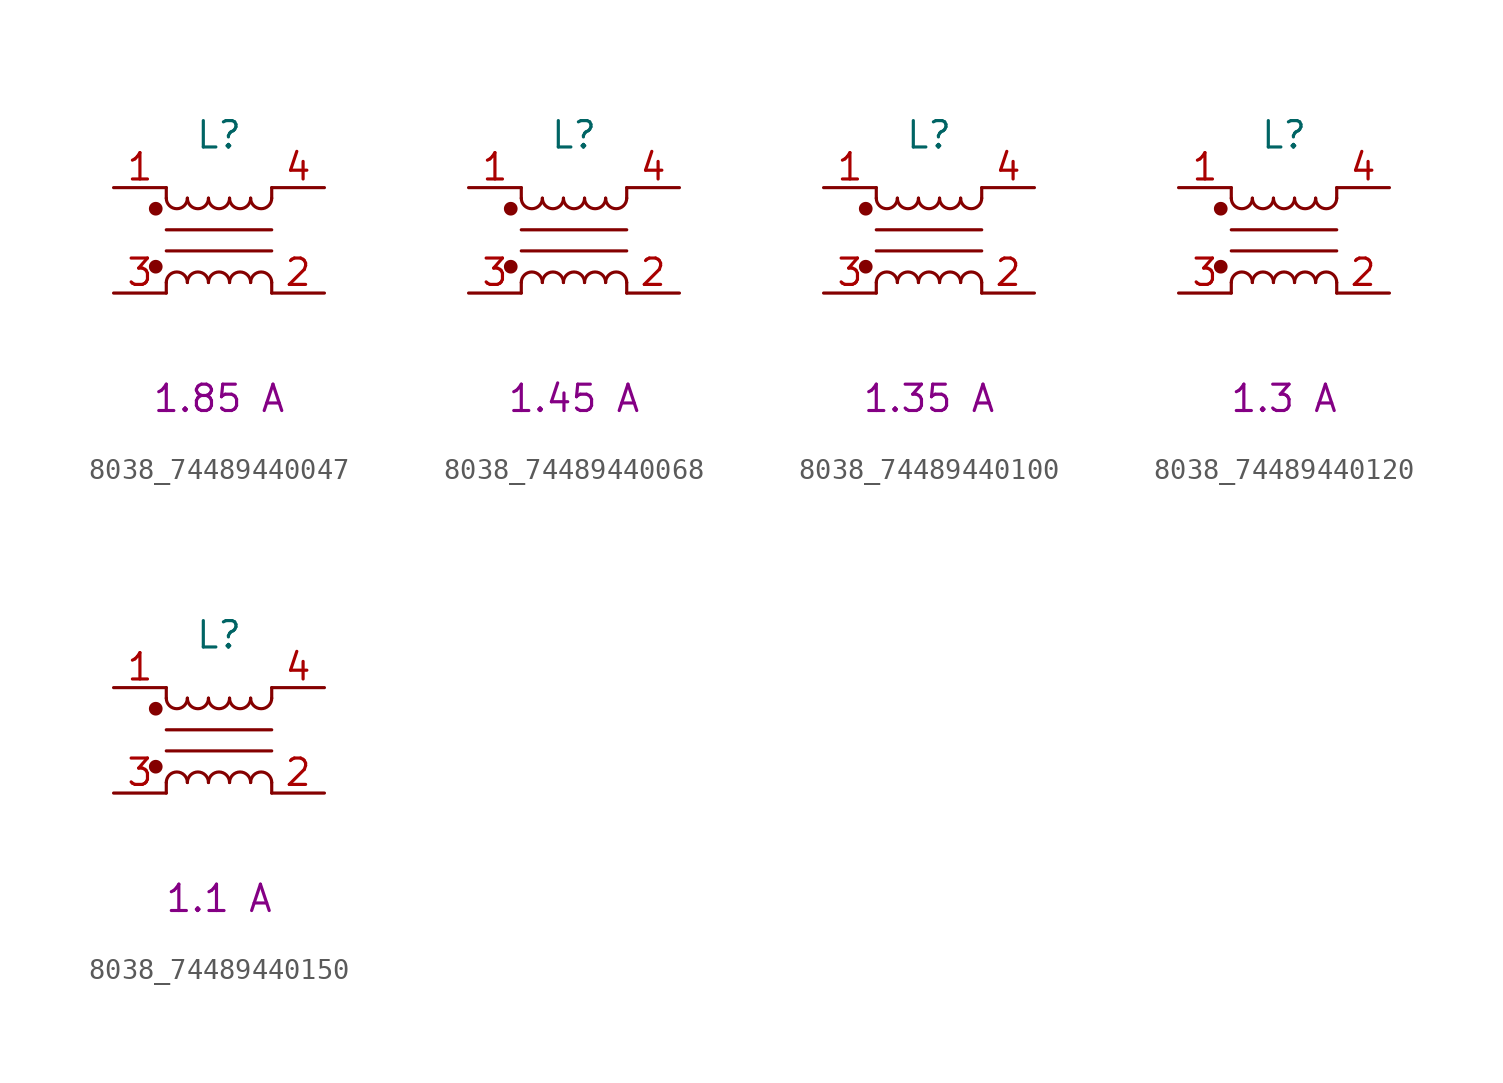
<source format=kicad_sym>
(kicad_symbol_lib
  (version 20220914)
  (generator kicad_symbol_editor)
  (symbol "8038_74489440047"
    (pin_names hide)
    (property "Reference" "L"
      (at 0 5.08 0)
      (effects (font (size 1.27 1.27))))
    (property "Critical Parameter" "1.85 A"
      (at 0 -7.62 0)
      (effects (font (size 1.27 1.27))))
    (symbol "8038_74489440047_0_1"
      (circle (center -3.048 -1.27) (radius 0.254) (stroke (width 0) (type default)) (fill (type outline)))
      (circle (center -3.048 1.524) (radius 0.254) (stroke (width 0) (type default)) (fill (type outline)))
      (arc (start -2.54 2.032) (mid -2.032 1.5262) (end -1.524 2.032) (stroke (width 0) (type default)) (fill (type none)))
      (arc (start -1.524 -2.032) (mid -2.032 -1.5262) (end -2.54 -2.032) (stroke (width 0) (type default)) (fill (type none)))
      (arc (start -1.524 2.032) (mid -1.016 1.5262) (end -0.508 2.032) (stroke (width 0) (type default)) (fill (type none)))
      (arc (start -0.508 -2.032) (mid -1.016 -1.5262) (end -1.524 -2.032) (stroke (width 0) (type default)) (fill (type none)))
      (arc (start -0.508 2.032) (mid 0 1.5262) (end 0.508 2.032) (stroke (width 0) (type default)) (fill (type none)))
      (polyline (pts (xy -2.54 -2.032) (xy -2.54 -2.54)) (stroke (width 0) (type default)) (fill (type none)))
      (polyline (pts (xy -2.54 0.508) (xy 2.54 0.508)) (stroke (width 0) (type default)) (fill (type none)))
      (polyline (pts (xy -2.54 2.032) (xy -2.54 2.54)) (stroke (width 0) (type default)) (fill (type none)))
      (polyline (pts (xy 2.54 -2.032) (xy 2.54 -2.54)) (stroke (width 0) (type default)) (fill (type none)))
      (polyline (pts (xy 2.54 -0.508) (xy -2.54 -0.508)) (stroke (width 0) (type default)) (fill (type none)))
      (polyline (pts (xy 2.54 2.54) (xy 2.54 2.032)) (stroke (width 0) (type default)) (fill (type none)))
      (arc (start 0.508 -2.032) (mid 0 -1.5262) (end -0.508 -2.032) (stroke (width 0) (type default)) (fill (type none)))
      (arc (start 0.508 2.032) (mid 1.016 1.5262) (end 1.524 2.032) (stroke (width 0) (type default)) (fill (type none)))
      (arc (start 1.524 -2.032) (mid 1.016 -1.5262) (end 0.508 -2.032) (stroke (width 0) (type default)) (fill (type none)))
      (arc (start 1.524 2.032) (mid 2.032 1.5262) (end 2.54 2.032) (stroke (width 0) (type default)) (fill (type none)))
      (arc (start 2.54 -2.032) (mid 2.032 -1.5262) (end 1.524 -2.032) (stroke (width 0) (type default)) (fill (type none))))
    (symbol "8038_74489440047_1_1"
      (pin passive line (at -5.08 2.54 0) (length 2.54) (name "1" (effects (font (size 1.27 1.27)))) (number "1" (effects (font (size 1.27 1.27)))))
      (pin passive line (at 5.08 -2.54 180) (length 2.54) (name "2" (effects (font (size 1.27 1.27)))) (number "2" (effects (font (size 1.27 1.27)))))
      (pin passive line (at -5.08 -2.54 0) (length 2.54) (name "3" (effects (font (size 1.27 1.27)))) (number "3" (effects (font (size 1.27 1.27)))))
      (pin passive line (at 5.08 2.54 180) (length 2.54) (name "4" (effects (font (size 1.27 1.27)))) (number "4" (effects (font (size 1.27 1.27)))))))
  (symbol "8038_74489440068"
    (pin_names hide)
    (property "Reference" "L"
      (at 0 5.08 0)
      (effects (font (size 1.27 1.27))))
    (property "Critical Parameter" "1.45 A"
      (at 0 -7.62 0)
      (effects (font (size 1.27 1.27))))
    (symbol "8038_74489440068_0_1"
      (circle (center -3.048 -1.27) (radius 0.254) (stroke (width 0) (type default)) (fill (type outline)))
      (circle (center -3.048 1.524) (radius 0.254) (stroke (width 0) (type default)) (fill (type outline)))
      (arc (start -2.54 2.032) (mid -2.032 1.5262) (end -1.524 2.032) (stroke (width 0) (type default)) (fill (type none)))
      (arc (start -1.524 -2.032) (mid -2.032 -1.5262) (end -2.54 -2.032) (stroke (width 0) (type default)) (fill (type none)))
      (arc (start -1.524 2.032) (mid -1.016 1.5262) (end -0.508 2.032) (stroke (width 0) (type default)) (fill (type none)))
      (arc (start -0.508 -2.032) (mid -1.016 -1.5262) (end -1.524 -2.032) (stroke (width 0) (type default)) (fill (type none)))
      (arc (start -0.508 2.032) (mid 0 1.5262) (end 0.508 2.032) (stroke (width 0) (type default)) (fill (type none)))
      (polyline (pts (xy -2.54 -2.032) (xy -2.54 -2.54)) (stroke (width 0) (type default)) (fill (type none)))
      (polyline (pts (xy -2.54 0.508) (xy 2.54 0.508)) (stroke (width 0) (type default)) (fill (type none)))
      (polyline (pts (xy -2.54 2.032) (xy -2.54 2.54)) (stroke (width 0) (type default)) (fill (type none)))
      (polyline (pts (xy 2.54 -2.032) (xy 2.54 -2.54)) (stroke (width 0) (type default)) (fill (type none)))
      (polyline (pts (xy 2.54 -0.508) (xy -2.54 -0.508)) (stroke (width 0) (type default)) (fill (type none)))
      (polyline (pts (xy 2.54 2.54) (xy 2.54 2.032)) (stroke (width 0) (type default)) (fill (type none)))
      (arc (start 0.508 -2.032) (mid 0 -1.5262) (end -0.508 -2.032) (stroke (width 0) (type default)) (fill (type none)))
      (arc (start 0.508 2.032) (mid 1.016 1.5262) (end 1.524 2.032) (stroke (width 0) (type default)) (fill (type none)))
      (arc (start 1.524 -2.032) (mid 1.016 -1.5262) (end 0.508 -2.032) (stroke (width 0) (type default)) (fill (type none)))
      (arc (start 1.524 2.032) (mid 2.032 1.5262) (end 2.54 2.032) (stroke (width 0) (type default)) (fill (type none)))
      (arc (start 2.54 -2.032) (mid 2.032 -1.5262) (end 1.524 -2.032) (stroke (width 0) (type default)) (fill (type none))))
    (symbol "8038_74489440068_1_1"
      (pin passive line (at -5.08 2.54 0) (length 2.54) (name "1" (effects (font (size 1.27 1.27)))) (number "1" (effects (font (size 1.27 1.27)))))
      (pin passive line (at 5.08 -2.54 180) (length 2.54) (name "2" (effects (font (size 1.27 1.27)))) (number "2" (effects (font (size 1.27 1.27)))))
      (pin passive line (at -5.08 -2.54 0) (length 2.54) (name "3" (effects (font (size 1.27 1.27)))) (number "3" (effects (font (size 1.27 1.27)))))
      (pin passive line (at 5.08 2.54 180) (length 2.54) (name "4" (effects (font (size 1.27 1.27)))) (number "4" (effects (font (size 1.27 1.27)))))))
  (symbol "8038_74489440100"
    (pin_names hide)
    (property "Reference" "L"
      (at 0 5.08 0)
      (effects (font (size 1.27 1.27))))
    (property "Critical Parameter" "1.35 A"
      (at 0 -7.62 0)
      (effects (font (size 1.27 1.27))))
    (symbol "8038_74489440100_0_1"
      (circle (center -3.048 -1.27) (radius 0.254) (stroke (width 0) (type default)) (fill (type outline)))
      (circle (center -3.048 1.524) (radius 0.254) (stroke (width 0) (type default)) (fill (type outline)))
      (arc (start -2.54 2.032) (mid -2.032 1.5262) (end -1.524 2.032) (stroke (width 0) (type default)) (fill (type none)))
      (arc (start -1.524 -2.032) (mid -2.032 -1.5262) (end -2.54 -2.032) (stroke (width 0) (type default)) (fill (type none)))
      (arc (start -1.524 2.032) (mid -1.016 1.5262) (end -0.508 2.032) (stroke (width 0) (type default)) (fill (type none)))
      (arc (start -0.508 -2.032) (mid -1.016 -1.5262) (end -1.524 -2.032) (stroke (width 0) (type default)) (fill (type none)))
      (arc (start -0.508 2.032) (mid 0 1.5262) (end 0.508 2.032) (stroke (width 0) (type default)) (fill (type none)))
      (polyline (pts (xy -2.54 -2.032) (xy -2.54 -2.54)) (stroke (width 0) (type default)) (fill (type none)))
      (polyline (pts (xy -2.54 0.508) (xy 2.54 0.508)) (stroke (width 0) (type default)) (fill (type none)))
      (polyline (pts (xy -2.54 2.032) (xy -2.54 2.54)) (stroke (width 0) (type default)) (fill (type none)))
      (polyline (pts (xy 2.54 -2.032) (xy 2.54 -2.54)) (stroke (width 0) (type default)) (fill (type none)))
      (polyline (pts (xy 2.54 -0.508) (xy -2.54 -0.508)) (stroke (width 0) (type default)) (fill (type none)))
      (polyline (pts (xy 2.54 2.54) (xy 2.54 2.032)) (stroke (width 0) (type default)) (fill (type none)))
      (arc (start 0.508 -2.032) (mid 0 -1.5262) (end -0.508 -2.032) (stroke (width 0) (type default)) (fill (type none)))
      (arc (start 0.508 2.032) (mid 1.016 1.5262) (end 1.524 2.032) (stroke (width 0) (type default)) (fill (type none)))
      (arc (start 1.524 -2.032) (mid 1.016 -1.5262) (end 0.508 -2.032) (stroke (width 0) (type default)) (fill (type none)))
      (arc (start 1.524 2.032) (mid 2.032 1.5262) (end 2.54 2.032) (stroke (width 0) (type default)) (fill (type none)))
      (arc (start 2.54 -2.032) (mid 2.032 -1.5262) (end 1.524 -2.032) (stroke (width 0) (type default)) (fill (type none))))
    (symbol "8038_74489440100_1_1"
      (pin passive line (at -5.08 2.54 0) (length 2.54) (name "1" (effects (font (size 1.27 1.27)))) (number "1" (effects (font (size 1.27 1.27)))))
      (pin passive line (at 5.08 -2.54 180) (length 2.54) (name "2" (effects (font (size 1.27 1.27)))) (number "2" (effects (font (size 1.27 1.27)))))
      (pin passive line (at -5.08 -2.54 0) (length 2.54) (name "3" (effects (font (size 1.27 1.27)))) (number "3" (effects (font (size 1.27 1.27)))))
      (pin passive line (at 5.08 2.54 180) (length 2.54) (name "4" (effects (font (size 1.27 1.27)))) (number "4" (effects (font (size 1.27 1.27)))))))
  (symbol "8038_74489440120"
    (pin_names hide)
    (property "Reference" "L"
      (at 0 5.08 0)
      (effects (font (size 1.27 1.27))))
    (property "Critical Parameter" "1.3 A"
      (at 0 -7.62 0)
      (effects (font (size 1.27 1.27))))
    (symbol "8038_74489440120_0_1"
      (circle (center -3.048 -1.27) (radius 0.254) (stroke (width 0) (type default)) (fill (type outline)))
      (circle (center -3.048 1.524) (radius 0.254) (stroke (width 0) (type default)) (fill (type outline)))
      (arc (start -2.54 2.032) (mid -2.032 1.5262) (end -1.524 2.032) (stroke (width 0) (type default)) (fill (type none)))
      (arc (start -1.524 -2.032) (mid -2.032 -1.5262) (end -2.54 -2.032) (stroke (width 0) (type default)) (fill (type none)))
      (arc (start -1.524 2.032) (mid -1.016 1.5262) (end -0.508 2.032) (stroke (width 0) (type default)) (fill (type none)))
      (arc (start -0.508 -2.032) (mid -1.016 -1.5262) (end -1.524 -2.032) (stroke (width 0) (type default)) (fill (type none)))
      (arc (start -0.508 2.032) (mid 0 1.5262) (end 0.508 2.032) (stroke (width 0) (type default)) (fill (type none)))
      (polyline (pts (xy -2.54 -2.032) (xy -2.54 -2.54)) (stroke (width 0) (type default)) (fill (type none)))
      (polyline (pts (xy -2.54 0.508) (xy 2.54 0.508)) (stroke (width 0) (type default)) (fill (type none)))
      (polyline (pts (xy -2.54 2.032) (xy -2.54 2.54)) (stroke (width 0) (type default)) (fill (type none)))
      (polyline (pts (xy 2.54 -2.032) (xy 2.54 -2.54)) (stroke (width 0) (type default)) (fill (type none)))
      (polyline (pts (xy 2.54 -0.508) (xy -2.54 -0.508)) (stroke (width 0) (type default)) (fill (type none)))
      (polyline (pts (xy 2.54 2.54) (xy 2.54 2.032)) (stroke (width 0) (type default)) (fill (type none)))
      (arc (start 0.508 -2.032) (mid 0 -1.5262) (end -0.508 -2.032) (stroke (width 0) (type default)) (fill (type none)))
      (arc (start 0.508 2.032) (mid 1.016 1.5262) (end 1.524 2.032) (stroke (width 0) (type default)) (fill (type none)))
      (arc (start 1.524 -2.032) (mid 1.016 -1.5262) (end 0.508 -2.032) (stroke (width 0) (type default)) (fill (type none)))
      (arc (start 1.524 2.032) (mid 2.032 1.5262) (end 2.54 2.032) (stroke (width 0) (type default)) (fill (type none)))
      (arc (start 2.54 -2.032) (mid 2.032 -1.5262) (end 1.524 -2.032) (stroke (width 0) (type default)) (fill (type none))))
    (symbol "8038_74489440120_1_1"
      (pin passive line (at -5.08 2.54 0) (length 2.54) (name "1" (effects (font (size 1.27 1.27)))) (number "1" (effects (font (size 1.27 1.27)))))
      (pin passive line (at 5.08 -2.54 180) (length 2.54) (name "2" (effects (font (size 1.27 1.27)))) (number "2" (effects (font (size 1.27 1.27)))))
      (pin passive line (at -5.08 -2.54 0) (length 2.54) (name "3" (effects (font (size 1.27 1.27)))) (number "3" (effects (font (size 1.27 1.27)))))
      (pin passive line (at 5.08 2.54 180) (length 2.54) (name "4" (effects (font (size 1.27 1.27)))) (number "4" (effects (font (size 1.27 1.27)))))))
  (symbol "8038_74489440150"
    (pin_names hide)
    (property "Reference" "L"
      (at 0 5.08 0)
      (effects (font (size 1.27 1.27))))
    (property "Critical Parameter" "1.1 A"
      (at 0 -7.62 0)
      (effects (font (size 1.27 1.27))))
    (symbol "8038_74489440150_0_1"
      (circle (center -3.048 -1.27) (radius 0.254) (stroke (width 0) (type default)) (fill (type outline)))
      (circle (center -3.048 1.524) (radius 0.254) (stroke (width 0) (type default)) (fill (type outline)))
      (arc (start -2.54 2.032) (mid -2.032 1.5262) (end -1.524 2.032) (stroke (width 0) (type default)) (fill (type none)))
      (arc (start -1.524 -2.032) (mid -2.032 -1.5262) (end -2.54 -2.032) (stroke (width 0) (type default)) (fill (type none)))
      (arc (start -1.524 2.032) (mid -1.016 1.5262) (end -0.508 2.032) (stroke (width 0) (type default)) (fill (type none)))
      (arc (start -0.508 -2.032) (mid -1.016 -1.5262) (end -1.524 -2.032) (stroke (width 0) (type default)) (fill (type none)))
      (arc (start -0.508 2.032) (mid 0 1.5262) (end 0.508 2.032) (stroke (width 0) (type default)) (fill (type none)))
      (polyline (pts (xy -2.54 -2.032) (xy -2.54 -2.54)) (stroke (width 0) (type default)) (fill (type none)))
      (polyline (pts (xy -2.54 0.508) (xy 2.54 0.508)) (stroke (width 0) (type default)) (fill (type none)))
      (polyline (pts (xy -2.54 2.032) (xy -2.54 2.54)) (stroke (width 0) (type default)) (fill (type none)))
      (polyline (pts (xy 2.54 -2.032) (xy 2.54 -2.54)) (stroke (width 0) (type default)) (fill (type none)))
      (polyline (pts (xy 2.54 -0.508) (xy -2.54 -0.508)) (stroke (width 0) (type default)) (fill (type none)))
      (polyline (pts (xy 2.54 2.54) (xy 2.54 2.032)) (stroke (width 0) (type default)) (fill (type none)))
      (arc (start 0.508 -2.032) (mid 0 -1.5262) (end -0.508 -2.032) (stroke (width 0) (type default)) (fill (type none)))
      (arc (start 0.508 2.032) (mid 1.016 1.5262) (end 1.524 2.032) (stroke (width 0) (type default)) (fill (type none)))
      (arc (start 1.524 -2.032) (mid 1.016 -1.5262) (end 0.508 -2.032) (stroke (width 0) (type default)) (fill (type none)))
      (arc (start 1.524 2.032) (mid 2.032 1.5262) (end 2.54 2.032) (stroke (width 0) (type default)) (fill (type none)))
      (arc (start 2.54 -2.032) (mid 2.032 -1.5262) (end 1.524 -2.032) (stroke (width 0) (type default)) (fill (type none))))
    (symbol "8038_74489440150_1_1"
      (pin passive line (at -5.08 2.54 0) (length 2.54) (name "1" (effects (font (size 1.27 1.27)))) (number "1" (effects (font (size 1.27 1.27)))))
      (pin passive line (at 5.08 -2.54 180) (length 2.54) (name "2" (effects (font (size 1.27 1.27)))) (number "2" (effects (font (size 1.27 1.27)))))
      (pin passive line (at -5.08 -2.54 0) (length 2.54) (name "3" (effects (font (size 1.27 1.27)))) (number "3" (effects (font (size 1.27 1.27)))))
      (pin passive line (at 5.08 2.54 180) (length 2.54) (name "4" (effects (font (size 1.27 1.27)))) (number "4" (effects (font (size 1.27 1.27))))))))
</source>
